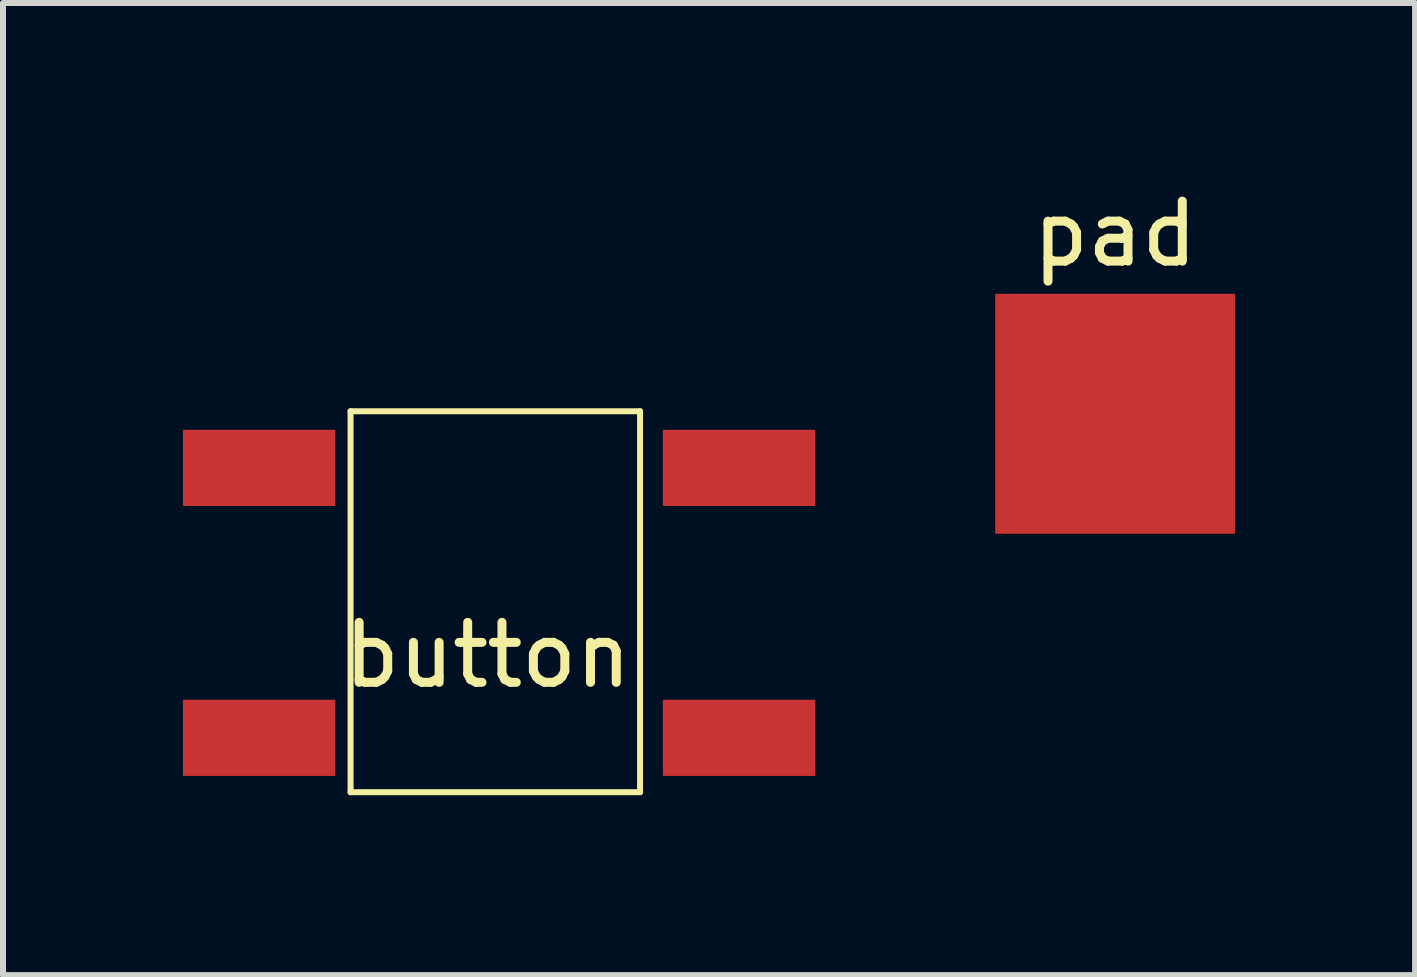
<source format=kicad_pcb>
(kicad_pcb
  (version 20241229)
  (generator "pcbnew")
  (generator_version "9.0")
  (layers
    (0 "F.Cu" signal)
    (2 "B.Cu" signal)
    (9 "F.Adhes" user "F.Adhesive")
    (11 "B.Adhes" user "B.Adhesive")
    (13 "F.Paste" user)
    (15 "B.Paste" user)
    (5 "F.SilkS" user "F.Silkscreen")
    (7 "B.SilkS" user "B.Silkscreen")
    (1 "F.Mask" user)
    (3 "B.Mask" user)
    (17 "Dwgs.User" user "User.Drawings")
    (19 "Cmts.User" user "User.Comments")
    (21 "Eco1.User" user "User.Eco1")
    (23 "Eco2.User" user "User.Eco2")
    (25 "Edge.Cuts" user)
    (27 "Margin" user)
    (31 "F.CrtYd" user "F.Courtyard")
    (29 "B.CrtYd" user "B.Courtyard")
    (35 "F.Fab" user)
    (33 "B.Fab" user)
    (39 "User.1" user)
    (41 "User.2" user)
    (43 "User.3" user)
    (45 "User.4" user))
  (footprint "pad"
    (layer "F.Cu")
    (at 15.54 3.848)
    (property "Reference" "pad" (at 0 -3 0) (layer "F.SilkS") (effects (font (size 1 1) (thickness 0.15))))
    (attr through_hole)
    (pad "1" smd rect (at 0 0) (size 4 4) (layers "F.Cu" "F.Mask" "F.Paste")))
  (footprint "button"
    (layer "F.Cu")
    (at 1.27 0.25)
    (property "Reference" "button" (at 3.81 7.62 0) (layer "F.SilkS") (effects (font (size 1 1) (thickness 0.15))))
    (attr through_hole)
    (fp_line (start 1.524 3.556) (end 6.35 3.556) (stroke (width 0.1) (type solid)) (layer "F.SilkS"))
    (fp_line (start 1.524 9.906) (end 1.524 3.556) (stroke (width 0.1) (type solid)) (layer "F.SilkS"))
    (fp_line (start 6.35 3.556) (end 6.35 9.906) (stroke (width 0.1) (type solid)) (layer "F.SilkS"))
    (fp_line (start 6.35 9.906) (end 1.524 9.906) (stroke (width 0.1) (type solid)) (layer "F.SilkS"))
    (pad "1" smd rect (at 0 4.5) (size 2.54 1.27) (layers "F.Cu" "F.Mask" "F.Paste"))
    (pad "1" smd rect (at 8 4.5) (size 2.54 1.27) (layers "F.Cu" "F.Mask" "F.Paste"))
    (pad "2" smd rect (at 0 9) (size 2.54 1.27) (layers "F.Cu" "F.Mask" "F.Paste"))
    (pad "2" smd rect (at 8 9) (size 2.54 1.27) (layers "F.Cu" "F.Mask" "F.Paste")))
  (gr_rect
    (start -3 -3)
    (end 20.54 13.206)
    (stroke (width 0.1) (type default))
    (fill no)
    (layer "Edge.Cuts")))
</source>
